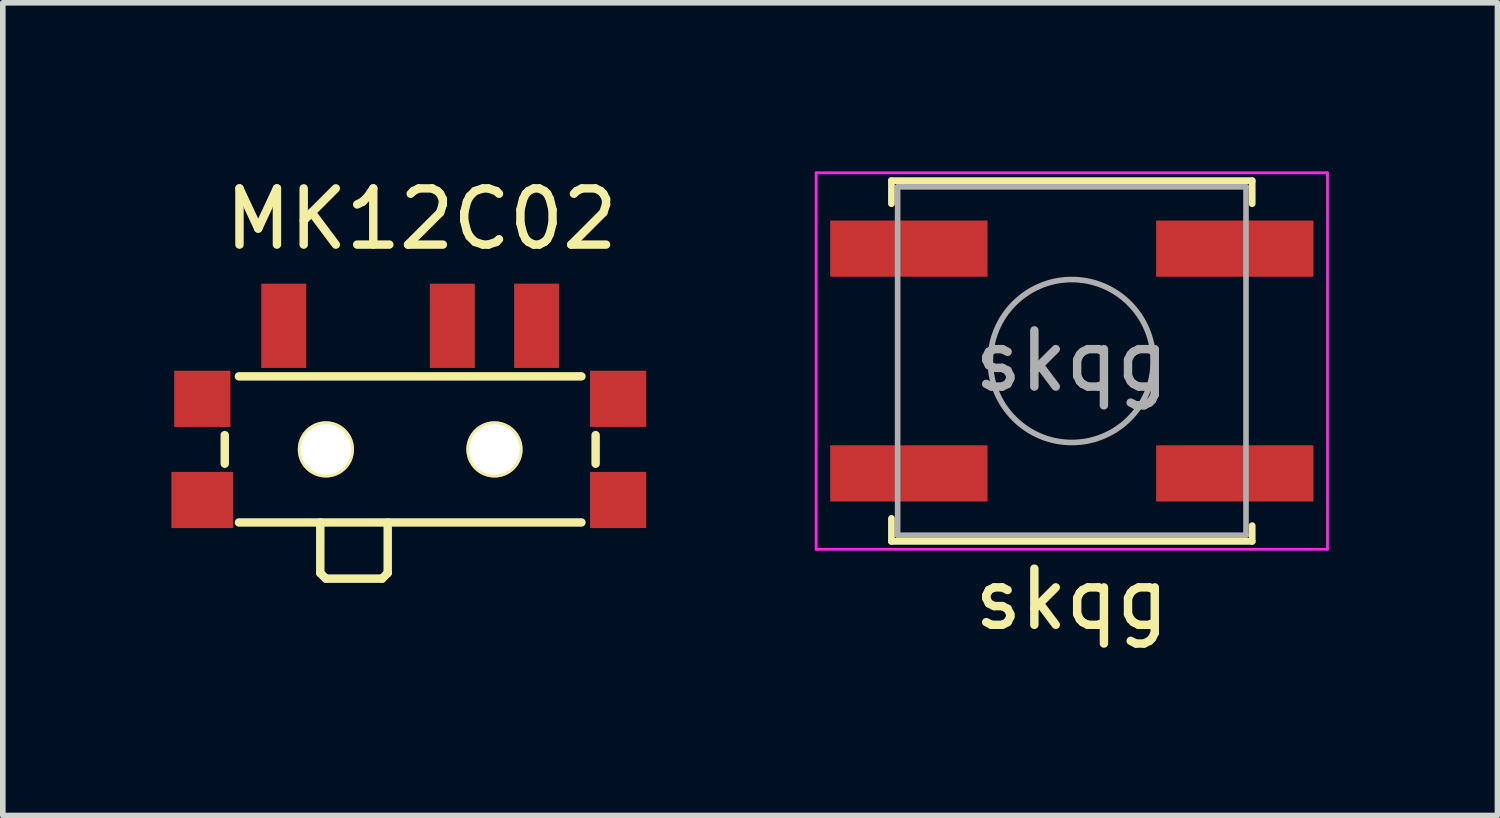
<source format=kicad_pcb>
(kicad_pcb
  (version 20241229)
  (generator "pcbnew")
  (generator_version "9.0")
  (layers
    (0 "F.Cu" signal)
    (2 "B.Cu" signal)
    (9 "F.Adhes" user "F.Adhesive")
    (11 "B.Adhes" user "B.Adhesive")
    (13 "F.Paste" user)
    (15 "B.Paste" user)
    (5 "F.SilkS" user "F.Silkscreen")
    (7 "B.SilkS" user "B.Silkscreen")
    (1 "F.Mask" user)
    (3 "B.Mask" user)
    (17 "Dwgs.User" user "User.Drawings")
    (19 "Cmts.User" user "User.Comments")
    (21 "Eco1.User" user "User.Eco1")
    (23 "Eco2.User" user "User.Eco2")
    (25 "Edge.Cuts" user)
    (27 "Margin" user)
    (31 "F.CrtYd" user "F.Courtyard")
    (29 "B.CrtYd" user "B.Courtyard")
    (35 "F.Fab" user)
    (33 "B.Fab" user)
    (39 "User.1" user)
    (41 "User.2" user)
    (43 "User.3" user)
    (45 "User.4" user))
  (footprint "MK12C02"
    (layer "F.Cu")
    (at 4.25 4.948)
    (property "Reference" "MK12C02" (at 0.2 -4.1 0) (layer "F.SilkS") (effects (font (size 1 1) (thickness 0.15))))
    (attr through_hole)
    (fp_line (start -3.3 0.254) (end -3.3 -0.254) (stroke (width 0.15) (type solid)) (layer "F.SilkS"))
    (fp_line (start -3.048 -1.3) (end 3.048 -1.3) (stroke (width 0.15) (type solid)) (layer "F.SilkS"))
    (fp_line (start -1.6 1.3) (end -1.6 2.2) (stroke (width 0.15) (type solid)) (layer "F.SilkS"))
    (fp_line (start -1.6 2.2) (end -1.5 2.3) (stroke (width 0.15) (type solid)) (layer "F.SilkS"))
    (fp_line (start -1.5 2.3) (end -0.5 2.3) (stroke (width 0.15) (type solid)) (layer "F.SilkS"))
    (fp_line (start -0.5 2.3) (end -0.4 2.2) (stroke (width 0.15) (type solid)) (layer "F.SilkS"))
    (fp_line (start -0.4 2.2) (end -0.4 1.3) (stroke (width 0.15) (type solid)) (layer "F.SilkS"))
    (fp_line (start 3.048 1.3) (end -3.048 1.3) (stroke (width 0.15) (type solid)) (layer "F.SilkS"))
    (fp_line (start 3.3 -0.254) (end 3.3 0.254) (stroke (width 0.15) (type solid)) (layer "F.SilkS"))
    (pad "1" smd rect (at -2.25 -2.2) (size 0.8 1.5) (layers "F.Cu" "F.Mask" "F.Paste"))
    (pad "2" smd rect (at 0.75 -2.2) (size 0.8 1.5) (layers "F.Cu" "F.Mask" "F.Paste"))
    (pad "3" smd rect (at 2.25 -2.2) (size 0.8 1.5) (layers "F.Cu" "F.Mask" "F.Paste"))
    (pad "4" smd rect (at -3.7 -0.9) (size 1 1) (layers "F.Cu" "F.Mask" "F.Paste"))
    (pad "5" smd rect (at 3.7 -0.9) (size 1 1) (layers "F.Cu" "F.Mask" "F.Paste"))
    (pad "6" smd rect (at -3.7 0.9) (size 1.1 1) (layers "F.Cu" "F.Mask" "F.Paste"))
    (pad "7" smd rect (at 3.7 0.9) (size 1 1) (layers "F.Cu" "F.Mask" "F.Paste"))
    (pad "8" thru_hole circle (at -1.5 0) (size 1 1) (drill 0.9) (layers "*.Cu" "*.Mask" "F.SilkS"))
    (pad "9" thru_hole circle (at 1.5 0) (size 1 1) (drill 0.9) (layers "*.Cu" "*.Mask" "F.SilkS")))
  (footprint "skqg"
    (layer "F.Cu")
    (at 16.025 3.375)
    (property "Reference" "skqg" (at 0 4.24 0) (layer "F.SilkS") (effects (font (size 1 1) (thickness 0.15))))
    (attr smd)
    (fp_line (start -3.21 -3.21) (end -3.21 -2.8) (stroke (width 0.12) (type solid)) (layer "F.SilkS"))
    (fp_line (start -3.21 2.8) (end -3.21 3.21) (stroke (width 0.12) (type solid)) (layer "F.SilkS"))
    (fp_line (start -3.21 3.21) (end 3.21 3.21) (stroke (width 0.12) (type solid)) (layer "F.SilkS"))
    (fp_line (start 3.21 -3.21) (end -3.21 -3.21) (stroke (width 0.12) (type solid)) (layer "F.SilkS"))
    (fp_line (start 3.21 -2.8) (end 3.21 -3.21) (stroke (width 0.12) (type solid)) (layer "F.SilkS"))
    (fp_line (start 3.21 3.21) (end 3.21 2.93) (stroke (width 0.12) (type solid)) (layer "F.SilkS"))
    (fp_line (start -4.55 -3.35) (end 4.55 -3.35) (stroke (width 0.05) (type solid)) (layer "F.CrtYd"))
    (fp_line (start -4.55 3.35) (end -4.55 -3.35) (stroke (width 0.05) (type solid)) (layer "F.CrtYd"))
    (fp_line (start 4.55 -3.35) (end 4.55 3.35) (stroke (width 0.05) (type solid)) (layer "F.CrtYd"))
    (fp_line (start 4.55 3.35) (end -4.55 3.35) (stroke (width 0.05) (type solid)) (layer "F.CrtYd"))
    (fp_line (start -3.1 -3.1) (end 3.1 -3.1) (stroke (width 0.1) (type solid)) (layer "F.Fab"))
    (fp_line (start -3.1 3.1) (end -3.1 -3.1) (stroke (width 0.1) (type solid)) (layer "F.Fab"))
    (fp_line (start 3.1 -3.1) (end 3.1 3.1) (stroke (width 0.1) (type solid)) (layer "F.Fab"))
    (fp_line (start 3.1 3.1) (end -3.1 3.1) (stroke (width 0.1) (type solid)) (layer "F.Fab"))
    (fp_circle (center 0 0) (end 1.45 0) (stroke (width 0.1) (type solid)) (fill no) (layer "F.Fab"))
    (fp_text user "${REFERENCE}" (at 0 0 0) (layer "F.Fab") (effects (font (size 1 1) (thickness 0.15))))
    (pad "1" smd rect (at -2.9 -2) (size 2.8 1) (layers "F.Cu" "F.Mask" "F.Paste"))
    (pad "2" smd rect (at 2.9 -2) (size 2.8 1) (layers "F.Cu" "F.Mask" "F.Paste"))
    (pad "3" smd rect (at -2.9 2) (size 2.8 1) (layers "F.Cu" "F.Mask" "F.Paste"))
    (pad "4" smd rect (at 2.9 2) (size 2.8 1) (layers "F.Cu" "F.Mask" "F.Paste")))
  (gr_rect
    (start -3 -3)
    (end 23.6 11.463)
    (stroke (width 0.1) (type default))
    (fill no)
    (layer "Edge.Cuts")))
</source>
